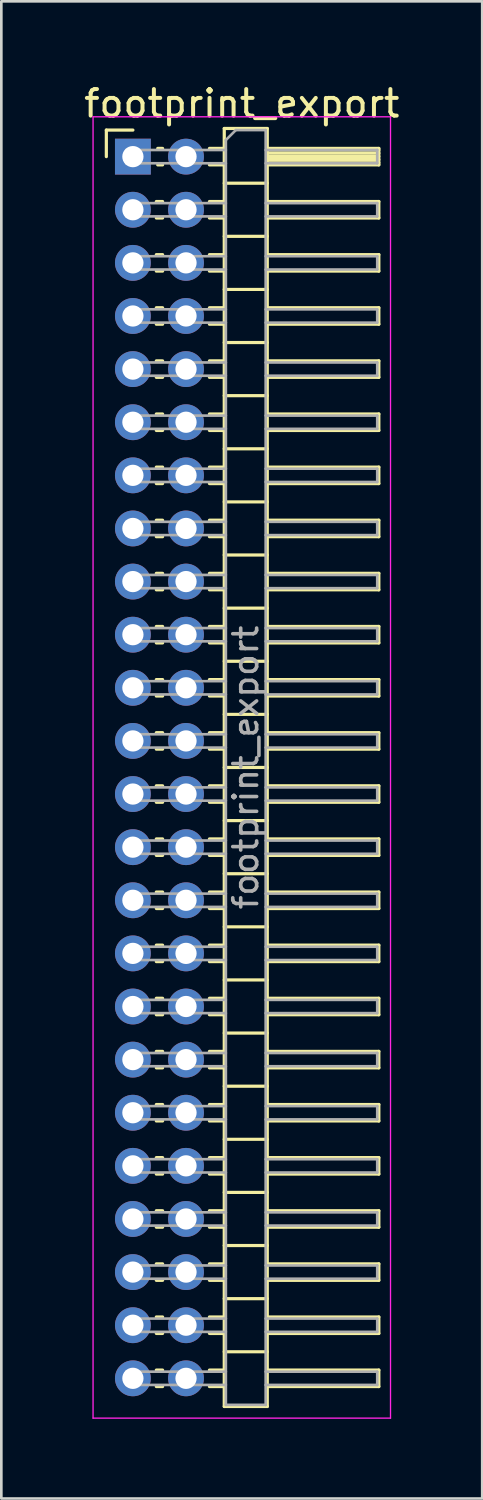
<source format=kicad_pcb>
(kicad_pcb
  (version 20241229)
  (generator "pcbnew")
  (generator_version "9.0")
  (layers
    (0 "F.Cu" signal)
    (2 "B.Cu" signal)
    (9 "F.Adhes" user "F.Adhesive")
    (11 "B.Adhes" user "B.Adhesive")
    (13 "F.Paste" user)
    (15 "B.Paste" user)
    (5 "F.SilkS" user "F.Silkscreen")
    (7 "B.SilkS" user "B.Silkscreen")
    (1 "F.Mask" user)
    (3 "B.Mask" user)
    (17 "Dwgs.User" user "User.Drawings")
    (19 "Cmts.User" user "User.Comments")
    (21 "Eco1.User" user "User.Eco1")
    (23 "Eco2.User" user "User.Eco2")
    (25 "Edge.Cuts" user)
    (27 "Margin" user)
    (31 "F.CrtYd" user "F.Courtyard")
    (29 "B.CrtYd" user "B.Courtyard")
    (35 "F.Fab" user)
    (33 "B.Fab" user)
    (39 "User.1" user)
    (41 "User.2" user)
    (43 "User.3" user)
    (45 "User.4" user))
  (footprint "footprint_export"
    (layer "F.Cu")
    (at 1.954 2.848)
    (property "Reference" "footprint_export" (at 4.1 -2 0) (layer "F.SilkS") (effects (font (size 1 1) (thickness 0.15))))
    (attr through_hole)
    (fp_line (start -1 -1) (end 0 -1) (stroke (width 0.12) (type solid)) (layer "F.SilkS"))
    (fp_line (start -1 0) (end -1 -1) (stroke (width 0.12) (type solid)) (layer "F.SilkS"))
    (fp_line (start 0.882 1.69) (end 1.118 1.69) (stroke (width 0.12) (type solid)) (layer "F.SilkS"))
    (fp_line (start 0.882 2.31) (end 1.118 2.31) (stroke (width 0.12) (type solid)) (layer "F.SilkS"))
    (fp_line (start 0.882 3.69) (end 1.118 3.69) (stroke (width 0.12) (type solid)) (layer "F.SilkS"))
    (fp_line (start 0.882 4.31) (end 1.118 4.31) (stroke (width 0.12) (type solid)) (layer "F.SilkS"))
    (fp_line (start 0.882 5.69) (end 1.118 5.69) (stroke (width 0.12) (type solid)) (layer "F.SilkS"))
    (fp_line (start 0.882 6.31) (end 1.118 6.31) (stroke (width 0.12) (type solid)) (layer "F.SilkS"))
    (fp_line (start 0.882 7.69) (end 1.118 7.69) (stroke (width 0.12) (type solid)) (layer "F.SilkS"))
    (fp_line (start 0.882 8.31) (end 1.118 8.31) (stroke (width 0.12) (type solid)) (layer "F.SilkS"))
    (fp_line (start 0.882 9.69) (end 1.118 9.69) (stroke (width 0.12) (type solid)) (layer "F.SilkS"))
    (fp_line (start 0.882 10.31) (end 1.118 10.31) (stroke (width 0.12) (type solid)) (layer "F.SilkS"))
    (fp_line (start 0.882 11.69) (end 1.118 11.69) (stroke (width 0.12) (type solid)) (layer "F.SilkS"))
    (fp_line (start 0.882 12.31) (end 1.118 12.31) (stroke (width 0.12) (type solid)) (layer "F.SilkS"))
    (fp_line (start 0.882 13.69) (end 1.118 13.69) (stroke (width 0.12) (type solid)) (layer "F.SilkS"))
    (fp_line (start 0.882 14.31) (end 1.118 14.31) (stroke (width 0.12) (type solid)) (layer "F.SilkS"))
    (fp_line (start 0.882 15.69) (end 1.118 15.69) (stroke (width 0.12) (type solid)) (layer "F.SilkS"))
    (fp_line (start 0.882 16.31) (end 1.118 16.31) (stroke (width 0.12) (type solid)) (layer "F.SilkS"))
    (fp_line (start 0.882 17.69) (end 1.118 17.69) (stroke (width 0.12) (type solid)) (layer "F.SilkS"))
    (fp_line (start 0.882 18.31) (end 1.118 18.31) (stroke (width 0.12) (type solid)) (layer "F.SilkS"))
    (fp_line (start 0.882 19.69) (end 1.118 19.69) (stroke (width 0.12) (type solid)) (layer "F.SilkS"))
    (fp_line (start 0.882 20.31) (end 1.118 20.31) (stroke (width 0.12) (type solid)) (layer "F.SilkS"))
    (fp_line (start 0.882 21.69) (end 1.118 21.69) (stroke (width 0.12) (type solid)) (layer "F.SilkS"))
    (fp_line (start 0.882 22.31) (end 1.118 22.31) (stroke (width 0.12) (type solid)) (layer "F.SilkS"))
    (fp_line (start 0.882 23.69) (end 1.118 23.69) (stroke (width 0.12) (type solid)) (layer "F.SilkS"))
    (fp_line (start 0.882 24.31) (end 1.118 24.31) (stroke (width 0.12) (type solid)) (layer "F.SilkS"))
    (fp_line (start 0.882 25.69) (end 1.118 25.69) (stroke (width 0.12) (type solid)) (layer "F.SilkS"))
    (fp_line (start 0.882 26.31) (end 1.118 26.31) (stroke (width 0.12) (type solid)) (layer "F.SilkS"))
    (fp_line (start 0.882 27.69) (end 1.118 27.69) (stroke (width 0.12) (type solid)) (layer "F.SilkS"))
    (fp_line (start 0.882 28.31) (end 1.118 28.31) (stroke (width 0.12) (type solid)) (layer "F.SilkS"))
    (fp_line (start 0.882 29.69) (end 1.118 29.69) (stroke (width 0.12) (type solid)) (layer "F.SilkS"))
    (fp_line (start 0.882 30.31) (end 1.118 30.31) (stroke (width 0.12) (type solid)) (layer "F.SilkS"))
    (fp_line (start 0.882 31.69) (end 1.118 31.69) (stroke (width 0.12) (type solid)) (layer "F.SilkS"))
    (fp_line (start 0.882 32.31) (end 1.118 32.31) (stroke (width 0.12) (type solid)) (layer "F.SilkS"))
    (fp_line (start 0.882 33.69) (end 1.118 33.69) (stroke (width 0.12) (type solid)) (layer "F.SilkS"))
    (fp_line (start 0.882 34.31) (end 1.118 34.31) (stroke (width 0.12) (type solid)) (layer "F.SilkS"))
    (fp_line (start 0.882 35.69) (end 1.118 35.69) (stroke (width 0.12) (type solid)) (layer "F.SilkS"))
    (fp_line (start 0.882 36.31) (end 1.118 36.31) (stroke (width 0.12) (type solid)) (layer "F.SilkS"))
    (fp_line (start 0.882 37.69) (end 1.118 37.69) (stroke (width 0.12) (type solid)) (layer "F.SilkS"))
    (fp_line (start 0.882 38.31) (end 1.118 38.31) (stroke (width 0.12) (type solid)) (layer "F.SilkS"))
    (fp_line (start 0.882 39.69) (end 1.118 39.69) (stroke (width 0.12) (type solid)) (layer "F.SilkS"))
    (fp_line (start 0.882 40.31) (end 1.118 40.31) (stroke (width 0.12) (type solid)) (layer "F.SilkS"))
    (fp_line (start 0.882 41.69) (end 1.118 41.69) (stroke (width 0.12) (type solid)) (layer "F.SilkS"))
    (fp_line (start 0.882 42.31) (end 1.118 42.31) (stroke (width 0.12) (type solid)) (layer "F.SilkS"))
    (fp_line (start 0.882 43.69) (end 1.118 43.69) (stroke (width 0.12) (type solid)) (layer "F.SilkS"))
    (fp_line (start 0.882 44.31) (end 1.118 44.31) (stroke (width 0.12) (type solid)) (layer "F.SilkS"))
    (fp_line (start 0.882 45.69) (end 1.118 45.69) (stroke (width 0.12) (type solid)) (layer "F.SilkS"))
    (fp_line (start 0.882 46.31) (end 1.118 46.31) (stroke (width 0.12) (type solid)) (layer "F.SilkS"))
    (fp_line (start 0.935 -0.31) (end 1.118 -0.31) (stroke (width 0.12) (type solid)) (layer "F.SilkS"))
    (fp_line (start 0.935 0.31) (end 1.118 0.31) (stroke (width 0.12) (type solid)) (layer "F.SilkS"))
    (fp_line (start 2.882 -0.31) (end 3.44 -0.31) (stroke (width 0.12) (type solid)) (layer "F.SilkS"))
    (fp_line (start 2.882 0.31) (end 3.44 0.31) (stroke (width 0.12) (type solid)) (layer "F.SilkS"))
    (fp_line (start 2.882 1.69) (end 3.44 1.69) (stroke (width 0.12) (type solid)) (layer "F.SilkS"))
    (fp_line (start 2.882 2.31) (end 3.44 2.31) (stroke (width 0.12) (type solid)) (layer "F.SilkS"))
    (fp_line (start 2.882 3.69) (end 3.44 3.69) (stroke (width 0.12) (type solid)) (layer "F.SilkS"))
    (fp_line (start 2.882 4.31) (end 3.44 4.31) (stroke (width 0.12) (type solid)) (layer "F.SilkS"))
    (fp_line (start 2.882 5.69) (end 3.44 5.69) (stroke (width 0.12) (type solid)) (layer "F.SilkS"))
    (fp_line (start 2.882 6.31) (end 3.44 6.31) (stroke (width 0.12) (type solid)) (layer "F.SilkS"))
    (fp_line (start 2.882 7.69) (end 3.44 7.69) (stroke (width 0.12) (type solid)) (layer "F.SilkS"))
    (fp_line (start 2.882 8.31) (end 3.44 8.31) (stroke (width 0.12) (type solid)) (layer "F.SilkS"))
    (fp_line (start 2.882 9.69) (end 3.44 9.69) (stroke (width 0.12) (type solid)) (layer "F.SilkS"))
    (fp_line (start 2.882 10.31) (end 3.44 10.31) (stroke (width 0.12) (type solid)) (layer "F.SilkS"))
    (fp_line (start 2.882 11.69) (end 3.44 11.69) (stroke (width 0.12) (type solid)) (layer "F.SilkS"))
    (fp_line (start 2.882 12.31) (end 3.44 12.31) (stroke (width 0.12) (type solid)) (layer "F.SilkS"))
    (fp_line (start 2.882 13.69) (end 3.44 13.69) (stroke (width 0.12) (type solid)) (layer "F.SilkS"))
    (fp_line (start 2.882 14.31) (end 3.44 14.31) (stroke (width 0.12) (type solid)) (layer "F.SilkS"))
    (fp_line (start 2.882 15.69) (end 3.44 15.69) (stroke (width 0.12) (type solid)) (layer "F.SilkS"))
    (fp_line (start 2.882 16.31) (end 3.44 16.31) (stroke (width 0.12) (type solid)) (layer "F.SilkS"))
    (fp_line (start 2.882 17.69) (end 3.44 17.69) (stroke (width 0.12) (type solid)) (layer "F.SilkS"))
    (fp_line (start 2.882 18.31) (end 3.44 18.31) (stroke (width 0.12) (type solid)) (layer "F.SilkS"))
    (fp_line (start 2.882 19.69) (end 3.44 19.69) (stroke (width 0.12) (type solid)) (layer "F.SilkS"))
    (fp_line (start 2.882 20.31) (end 3.44 20.31) (stroke (width 0.12) (type solid)) (layer "F.SilkS"))
    (fp_line (start 2.882 21.69) (end 3.44 21.69) (stroke (width 0.12) (type solid)) (layer "F.SilkS"))
    (fp_line (start 2.882 22.31) (end 3.44 22.31) (stroke (width 0.12) (type solid)) (layer "F.SilkS"))
    (fp_line (start 2.882 23.69) (end 3.44 23.69) (stroke (width 0.12) (type solid)) (layer "F.SilkS"))
    (fp_line (start 2.882 24.31) (end 3.44 24.31) (stroke (width 0.12) (type solid)) (layer "F.SilkS"))
    (fp_line (start 2.882 25.69) (end 3.44 25.69) (stroke (width 0.12) (type solid)) (layer "F.SilkS"))
    (fp_line (start 2.882 26.31) (end 3.44 26.31) (stroke (width 0.12) (type solid)) (layer "F.SilkS"))
    (fp_line (start 2.882 27.69) (end 3.44 27.69) (stroke (width 0.12) (type solid)) (layer "F.SilkS"))
    (fp_line (start 2.882 28.31) (end 3.44 28.31) (stroke (width 0.12) (type solid)) (layer "F.SilkS"))
    (fp_line (start 2.882 29.69) (end 3.44 29.69) (stroke (width 0.12) (type solid)) (layer "F.SilkS"))
    (fp_line (start 2.882 30.31) (end 3.44 30.31) (stroke (width 0.12) (type solid)) (layer "F.SilkS"))
    (fp_line (start 2.882 31.69) (end 3.44 31.69) (stroke (width 0.12) (type solid)) (layer "F.SilkS"))
    (fp_line (start 2.882 32.31) (end 3.44 32.31) (stroke (width 0.12) (type solid)) (layer "F.SilkS"))
    (fp_line (start 2.882 33.69) (end 3.44 33.69) (stroke (width 0.12) (type solid)) (layer "F.SilkS"))
    (fp_line (start 2.882 34.31) (end 3.44 34.31) (stroke (width 0.12) (type solid)) (layer "F.SilkS"))
    (fp_line (start 2.882 35.69) (end 3.44 35.69) (stroke (width 0.12) (type solid)) (layer "F.SilkS"))
    (fp_line (start 2.882 36.31) (end 3.44 36.31) (stroke (width 0.12) (type solid)) (layer "F.SilkS"))
    (fp_line (start 2.882 37.69) (end 3.44 37.69) (stroke (width 0.12) (type solid)) (layer "F.SilkS"))
    (fp_line (start 2.882 38.31) (end 3.44 38.31) (stroke (width 0.12) (type solid)) (layer "F.SilkS"))
    (fp_line (start 2.882 39.69) (end 3.44 39.69) (stroke (width 0.12) (type solid)) (layer "F.SilkS"))
    (fp_line (start 2.882 40.31) (end 3.44 40.31) (stroke (width 0.12) (type solid)) (layer "F.SilkS"))
    (fp_line (start 2.882 41.69) (end 3.44 41.69) (stroke (width 0.12) (type solid)) (layer "F.SilkS"))
    (fp_line (start 2.882 42.31) (end 3.44 42.31) (stroke (width 0.12) (type solid)) (layer "F.SilkS"))
    (fp_line (start 2.882 43.69) (end 3.44 43.69) (stroke (width 0.12) (type solid)) (layer "F.SilkS"))
    (fp_line (start 2.882 44.31) (end 3.44 44.31) (stroke (width 0.12) (type solid)) (layer "F.SilkS"))
    (fp_line (start 2.882 45.69) (end 3.44 45.69) (stroke (width 0.12) (type solid)) (layer "F.SilkS"))
    (fp_line (start 2.882 46.31) (end 3.44 46.31) (stroke (width 0.12) (type solid)) (layer "F.SilkS"))
    (fp_line (start 3.44 -1.06) (end 3.44 47.06) (stroke (width 0.12) (type solid)) (layer "F.SilkS"))
    (fp_line (start 3.44 1) (end 5.06 1) (stroke (width 0.12) (type solid)) (layer "F.SilkS"))
    (fp_line (start 3.44 3) (end 5.06 3) (stroke (width 0.12) (type solid)) (layer "F.SilkS"))
    (fp_line (start 3.44 5) (end 5.06 5) (stroke (width 0.12) (type solid)) (layer "F.SilkS"))
    (fp_line (start 3.44 7) (end 5.06 7) (stroke (width 0.12) (type solid)) (layer "F.SilkS"))
    (fp_line (start 3.44 9) (end 5.06 9) (stroke (width 0.12) (type solid)) (layer "F.SilkS"))
    (fp_line (start 3.44 11) (end 5.06 11) (stroke (width 0.12) (type solid)) (layer "F.SilkS"))
    (fp_line (start 3.44 13) (end 5.06 13) (stroke (width 0.12) (type solid)) (layer "F.SilkS"))
    (fp_line (start 3.44 15) (end 5.06 15) (stroke (width 0.12) (type solid)) (layer "F.SilkS"))
    (fp_line (start 3.44 17) (end 5.06 17) (stroke (width 0.12) (type solid)) (layer "F.SilkS"))
    (fp_line (start 3.44 19) (end 5.06 19) (stroke (width 0.12) (type solid)) (layer "F.SilkS"))
    (fp_line (start 3.44 21) (end 5.06 21) (stroke (width 0.12) (type solid)) (layer "F.SilkS"))
    (fp_line (start 3.44 23) (end 5.06 23) (stroke (width 0.12) (type solid)) (layer "F.SilkS"))
    (fp_line (start 3.44 25) (end 5.06 25) (stroke (width 0.12) (type solid)) (layer "F.SilkS"))
    (fp_line (start 3.44 27) (end 5.06 27) (stroke (width 0.12) (type solid)) (layer "F.SilkS"))
    (fp_line (start 3.44 29) (end 5.06 29) (stroke (width 0.12) (type solid)) (layer "F.SilkS"))
    (fp_line (start 3.44 31) (end 5.06 31) (stroke (width 0.12) (type solid)) (layer "F.SilkS"))
    (fp_line (start 3.44 33) (end 5.06 33) (stroke (width 0.12) (type solid)) (layer "F.SilkS"))
    (fp_line (start 3.44 35) (end 5.06 35) (stroke (width 0.12) (type solid)) (layer "F.SilkS"))
    (fp_line (start 3.44 37) (end 5.06 37) (stroke (width 0.12) (type solid)) (layer "F.SilkS"))
    (fp_line (start 3.44 39) (end 5.06 39) (stroke (width 0.12) (type solid)) (layer "F.SilkS"))
    (fp_line (start 3.44 41) (end 5.06 41) (stroke (width 0.12) (type solid)) (layer "F.SilkS"))
    (fp_line (start 3.44 43) (end 5.06 43) (stroke (width 0.12) (type solid)) (layer "F.SilkS"))
    (fp_line (start 3.44 45) (end 5.06 45) (stroke (width 0.12) (type solid)) (layer "F.SilkS"))
    (fp_line (start 3.44 47.06) (end 5.06 47.06) (stroke (width 0.12) (type solid)) (layer "F.SilkS"))
    (fp_line (start 5.06 -1.06) (end 3.44 -1.06) (stroke (width 0.12) (type solid)) (layer "F.SilkS"))
    (fp_line (start 5.06 -0.31) (end 9.26 -0.31) (stroke (width 0.12) (type solid)) (layer "F.SilkS"))
    (fp_line (start 5.06 -0.25) (end 9.26 -0.25) (stroke (width 0.12) (type solid)) (layer "F.SilkS"))
    (fp_line (start 5.06 -0.13) (end 9.26 -0.13) (stroke (width 0.12) (type solid)) (layer "F.SilkS"))
    (fp_line (start 5.06 -0.01) (end 9.26 -0.01) (stroke (width 0.12) (type solid)) (layer "F.SilkS"))
    (fp_line (start 5.06 0.11) (end 9.26 0.11) (stroke (width 0.12) (type solid)) (layer "F.SilkS"))
    (fp_line (start 5.06 0.23) (end 9.26 0.23) (stroke (width 0.12) (type solid)) (layer "F.SilkS"))
    (fp_line (start 5.06 1.69) (end 9.26 1.69) (stroke (width 0.12) (type solid)) (layer "F.SilkS"))
    (fp_line (start 5.06 3.69) (end 9.26 3.69) (stroke (width 0.12) (type solid)) (layer "F.SilkS"))
    (fp_line (start 5.06 5.69) (end 9.26 5.69) (stroke (width 0.12) (type solid)) (layer "F.SilkS"))
    (fp_line (start 5.06 7.69) (end 9.26 7.69) (stroke (width 0.12) (type solid)) (layer "F.SilkS"))
    (fp_line (start 5.06 9.69) (end 9.26 9.69) (stroke (width 0.12) (type solid)) (layer "F.SilkS"))
    (fp_line (start 5.06 11.69) (end 9.26 11.69) (stroke (width 0.12) (type solid)) (layer "F.SilkS"))
    (fp_line (start 5.06 13.69) (end 9.26 13.69) (stroke (width 0.12) (type solid)) (layer "F.SilkS"))
    (fp_line (start 5.06 15.69) (end 9.26 15.69) (stroke (width 0.12) (type solid)) (layer "F.SilkS"))
    (fp_line (start 5.06 17.69) (end 9.26 17.69) (stroke (width 0.12) (type solid)) (layer "F.SilkS"))
    (fp_line (start 5.06 19.69) (end 9.26 19.69) (stroke (width 0.12) (type solid)) (layer "F.SilkS"))
    (fp_line (start 5.06 21.69) (end 9.26 21.69) (stroke (width 0.12) (type solid)) (layer "F.SilkS"))
    (fp_line (start 5.06 23.69) (end 9.26 23.69) (stroke (width 0.12) (type solid)) (layer "F.SilkS"))
    (fp_line (start 5.06 25.69) (end 9.26 25.69) (stroke (width 0.12) (type solid)) (layer "F.SilkS"))
    (fp_line (start 5.06 27.69) (end 9.26 27.69) (stroke (width 0.12) (type solid)) (layer "F.SilkS"))
    (fp_line (start 5.06 29.69) (end 9.26 29.69) (stroke (width 0.12) (type solid)) (layer "F.SilkS"))
    (fp_line (start 5.06 31.69) (end 9.26 31.69) (stroke (width 0.12) (type solid)) (layer "F.SilkS"))
    (fp_line (start 5.06 33.69) (end 9.26 33.69) (stroke (width 0.12) (type solid)) (layer "F.SilkS"))
    (fp_line (start 5.06 35.69) (end 9.26 35.69) (stroke (width 0.12) (type solid)) (layer "F.SilkS"))
    (fp_line (start 5.06 37.69) (end 9.26 37.69) (stroke (width 0.12) (type solid)) (layer "F.SilkS"))
    (fp_line (start 5.06 39.69) (end 9.26 39.69) (stroke (width 0.12) (type solid)) (layer "F.SilkS"))
    (fp_line (start 5.06 41.69) (end 9.26 41.69) (stroke (width 0.12) (type solid)) (layer "F.SilkS"))
    (fp_line (start 5.06 43.69) (end 9.26 43.69) (stroke (width 0.12) (type solid)) (layer "F.SilkS"))
    (fp_line (start 5.06 45.69) (end 9.26 45.69) (stroke (width 0.12) (type solid)) (layer "F.SilkS"))
    (fp_line (start 5.06 47.06) (end 5.06 -1.06) (stroke (width 0.12) (type solid)) (layer "F.SilkS"))
    (fp_line (start 9.26 -0.31) (end 9.26 0.31) (stroke (width 0.12) (type solid)) (layer "F.SilkS"))
    (fp_line (start 9.26 0.31) (end 5.06 0.31) (stroke (width 0.12) (type solid)) (layer "F.SilkS"))
    (fp_line (start 9.26 1.69) (end 9.26 2.31) (stroke (width 0.12) (type solid)) (layer "F.SilkS"))
    (fp_line (start 9.26 2.31) (end 5.06 2.31) (stroke (width 0.12) (type solid)) (layer "F.SilkS"))
    (fp_line (start 9.26 3.69) (end 9.26 4.31) (stroke (width 0.12) (type solid)) (layer "F.SilkS"))
    (fp_line (start 9.26 4.31) (end 5.06 4.31) (stroke (width 0.12) (type solid)) (layer "F.SilkS"))
    (fp_line (start 9.26 5.69) (end 9.26 6.31) (stroke (width 0.12) (type solid)) (layer "F.SilkS"))
    (fp_line (start 9.26 6.31) (end 5.06 6.31) (stroke (width 0.12) (type solid)) (layer "F.SilkS"))
    (fp_line (start 9.26 7.69) (end 9.26 8.31) (stroke (width 0.12) (type solid)) (layer "F.SilkS"))
    (fp_line (start 9.26 8.31) (end 5.06 8.31) (stroke (width 0.12) (type solid)) (layer "F.SilkS"))
    (fp_line (start 9.26 9.69) (end 9.26 10.31) (stroke (width 0.12) (type solid)) (layer "F.SilkS"))
    (fp_line (start 9.26 10.31) (end 5.06 10.31) (stroke (width 0.12) (type solid)) (layer "F.SilkS"))
    (fp_line (start 9.26 11.69) (end 9.26 12.31) (stroke (width 0.12) (type solid)) (layer "F.SilkS"))
    (fp_line (start 9.26 12.31) (end 5.06 12.31) (stroke (width 0.12) (type solid)) (layer "F.SilkS"))
    (fp_line (start 9.26 13.69) (end 9.26 14.31) (stroke (width 0.12) (type solid)) (layer "F.SilkS"))
    (fp_line (start 9.26 14.31) (end 5.06 14.31) (stroke (width 0.12) (type solid)) (layer "F.SilkS"))
    (fp_line (start 9.26 15.69) (end 9.26 16.31) (stroke (width 0.12) (type solid)) (layer "F.SilkS"))
    (fp_line (start 9.26 16.31) (end 5.06 16.31) (stroke (width 0.12) (type solid)) (layer "F.SilkS"))
    (fp_line (start 9.26 17.69) (end 9.26 18.31) (stroke (width 0.12) (type solid)) (layer "F.SilkS"))
    (fp_line (start 9.26 18.31) (end 5.06 18.31) (stroke (width 0.12) (type solid)) (layer "F.SilkS"))
    (fp_line (start 9.26 19.69) (end 9.26 20.31) (stroke (width 0.12) (type solid)) (layer "F.SilkS"))
    (fp_line (start 9.26 20.31) (end 5.06 20.31) (stroke (width 0.12) (type solid)) (layer "F.SilkS"))
    (fp_line (start 9.26 21.69) (end 9.26 22.31) (stroke (width 0.12) (type solid)) (layer "F.SilkS"))
    (fp_line (start 9.26 22.31) (end 5.06 22.31) (stroke (width 0.12) (type solid)) (layer "F.SilkS"))
    (fp_line (start 9.26 23.69) (end 9.26 24.31) (stroke (width 0.12) (type solid)) (layer "F.SilkS"))
    (fp_line (start 9.26 24.31) (end 5.06 24.31) (stroke (width 0.12) (type solid)) (layer "F.SilkS"))
    (fp_line (start 9.26 25.69) (end 9.26 26.31) (stroke (width 0.12) (type solid)) (layer "F.SilkS"))
    (fp_line (start 9.26 26.31) (end 5.06 26.31) (stroke (width 0.12) (type solid)) (layer "F.SilkS"))
    (fp_line (start 9.26 27.69) (end 9.26 28.31) (stroke (width 0.12) (type solid)) (layer "F.SilkS"))
    (fp_line (start 9.26 28.31) (end 5.06 28.31) (stroke (width 0.12) (type solid)) (layer "F.SilkS"))
    (fp_line (start 9.26 29.69) (end 9.26 30.31) (stroke (width 0.12) (type solid)) (layer "F.SilkS"))
    (fp_line (start 9.26 30.31) (end 5.06 30.31) (stroke (width 0.12) (type solid)) (layer "F.SilkS"))
    (fp_line (start 9.26 31.69) (end 9.26 32.31) (stroke (width 0.12) (type solid)) (layer "F.SilkS"))
    (fp_line (start 9.26 32.31) (end 5.06 32.31) (stroke (width 0.12) (type solid)) (layer "F.SilkS"))
    (fp_line (start 9.26 33.69) (end 9.26 34.31) (stroke (width 0.12) (type solid)) (layer "F.SilkS"))
    (fp_line (start 9.26 34.31) (end 5.06 34.31) (stroke (width 0.12) (type solid)) (layer "F.SilkS"))
    (fp_line (start 9.26 35.69) (end 9.26 36.31) (stroke (width 0.12) (type solid)) (layer "F.SilkS"))
    (fp_line (start 9.26 36.31) (end 5.06 36.31) (stroke (width 0.12) (type solid)) (layer "F.SilkS"))
    (fp_line (start 9.26 37.69) (end 9.26 38.31) (stroke (width 0.12) (type solid)) (layer "F.SilkS"))
    (fp_line (start 9.26 38.31) (end 5.06 38.31) (stroke (width 0.12) (type solid)) (layer "F.SilkS"))
    (fp_line (start 9.26 39.69) (end 9.26 40.31) (stroke (width 0.12) (type solid)) (layer "F.SilkS"))
    (fp_line (start 9.26 40.31) (end 5.06 40.31) (stroke (width 0.12) (type solid)) (layer "F.SilkS"))
    (fp_line (start 9.26 41.69) (end 9.26 42.31) (stroke (width 0.12) (type solid)) (layer "F.SilkS"))
    (fp_line (start 9.26 42.31) (end 5.06 42.31) (stroke (width 0.12) (type solid)) (layer "F.SilkS"))
    (fp_line (start 9.26 43.69) (end 9.26 44.31) (stroke (width 0.12) (type solid)) (layer "F.SilkS"))
    (fp_line (start 9.26 44.31) (end 5.06 44.31) (stroke (width 0.12) (type solid)) (layer "F.SilkS"))
    (fp_line (start 9.26 45.69) (end 9.26 46.31) (stroke (width 0.12) (type solid)) (layer "F.SilkS"))
    (fp_line (start 9.26 46.31) (end 5.06 46.31) (stroke (width 0.12) (type solid)) (layer "F.SilkS"))
    (fp_line (start -1.5 -1.5) (end -1.5 47.5) (stroke (width 0.05) (type solid)) (layer "F.CrtYd"))
    (fp_line (start -1.5 47.5) (end 9.7 47.5) (stroke (width 0.05) (type solid)) (layer "F.CrtYd"))
    (fp_line (start 9.7 -1.5) (end -1.5 -1.5) (stroke (width 0.05) (type solid)) (layer "F.CrtYd"))
    (fp_line (start 9.7 47.5) (end 9.7 -1.5) (stroke (width 0.05) (type solid)) (layer "F.CrtYd"))
    (fp_line (start -0.25 -0.25) (end -0.25 0.25) (stroke (width 0.1) (type solid)) (layer "F.Fab"))
    (fp_line (start -0.25 -0.25) (end 3.5 -0.25) (stroke (width 0.1) (type solid)) (layer "F.Fab"))
    (fp_line (start -0.25 0.25) (end 3.5 0.25) (stroke (width 0.1) (type solid)) (layer "F.Fab"))
    (fp_line (start -0.25 1.75) (end -0.25 2.25) (stroke (width 0.1) (type solid)) (layer "F.Fab"))
    (fp_line (start -0.25 1.75) (end 3.5 1.75) (stroke (width 0.1) (type solid)) (layer "F.Fab"))
    (fp_line (start -0.25 2.25) (end 3.5 2.25) (stroke (width 0.1) (type solid)) (layer "F.Fab"))
    (fp_line (start -0.25 3.75) (end -0.25 4.25) (stroke (width 0.1) (type solid)) (layer "F.Fab"))
    (fp_line (start -0.25 3.75) (end 3.5 3.75) (stroke (width 0.1) (type solid)) (layer "F.Fab"))
    (fp_line (start -0.25 4.25) (end 3.5 4.25) (stroke (width 0.1) (type solid)) (layer "F.Fab"))
    (fp_line (start -0.25 5.75) (end -0.25 6.25) (stroke (width 0.1) (type solid)) (layer "F.Fab"))
    (fp_line (start -0.25 5.75) (end 3.5 5.75) (stroke (width 0.1) (type solid)) (layer "F.Fab"))
    (fp_line (start -0.25 6.25) (end 3.5 6.25) (stroke (width 0.1) (type solid)) (layer "F.Fab"))
    (fp_line (start -0.25 7.75) (end -0.25 8.25) (stroke (width 0.1) (type solid)) (layer "F.Fab"))
    (fp_line (start -0.25 7.75) (end 3.5 7.75) (stroke (width 0.1) (type solid)) (layer "F.Fab"))
    (fp_line (start -0.25 8.25) (end 3.5 8.25) (stroke (width 0.1) (type solid)) (layer "F.Fab"))
    (fp_line (start -0.25 9.75) (end -0.25 10.25) (stroke (width 0.1) (type solid)) (layer "F.Fab"))
    (fp_line (start -0.25 9.75) (end 3.5 9.75) (stroke (width 0.1) (type solid)) (layer "F.Fab"))
    (fp_line (start -0.25 10.25) (end 3.5 10.25) (stroke (width 0.1) (type solid)) (layer "F.Fab"))
    (fp_line (start -0.25 11.75) (end -0.25 12.25) (stroke (width 0.1) (type solid)) (layer "F.Fab"))
    (fp_line (start -0.25 11.75) (end 3.5 11.75) (stroke (width 0.1) (type solid)) (layer "F.Fab"))
    (fp_line (start -0.25 12.25) (end 3.5 12.25) (stroke (width 0.1) (type solid)) (layer "F.Fab"))
    (fp_line (start -0.25 13.75) (end -0.25 14.25) (stroke (width 0.1) (type solid)) (layer "F.Fab"))
    (fp_line (start -0.25 13.75) (end 3.5 13.75) (stroke (width 0.1) (type solid)) (layer "F.Fab"))
    (fp_line (start -0.25 14.25) (end 3.5 14.25) (stroke (width 0.1) (type solid)) (layer "F.Fab"))
    (fp_line (start -0.25 15.75) (end -0.25 16.25) (stroke (width 0.1) (type solid)) (layer "F.Fab"))
    (fp_line (start -0.25 15.75) (end 3.5 15.75) (stroke (width 0.1) (type solid)) (layer "F.Fab"))
    (fp_line (start -0.25 16.25) (end 3.5 16.25) (stroke (width 0.1) (type solid)) (layer "F.Fab"))
    (fp_line (start -0.25 17.75) (end -0.25 18.25) (stroke (width 0.1) (type solid)) (layer "F.Fab"))
    (fp_line (start -0.25 17.75) (end 3.5 17.75) (stroke (width 0.1) (type solid)) (layer "F.Fab"))
    (fp_line (start -0.25 18.25) (end 3.5 18.25) (stroke (width 0.1) (type solid)) (layer "F.Fab"))
    (fp_line (start -0.25 19.75) (end -0.25 20.25) (stroke (width 0.1) (type solid)) (layer "F.Fab"))
    (fp_line (start -0.25 19.75) (end 3.5 19.75) (stroke (width 0.1) (type solid)) (layer "F.Fab"))
    (fp_line (start -0.25 20.25) (end 3.5 20.25) (stroke (width 0.1) (type solid)) (layer "F.Fab"))
    (fp_line (start -0.25 21.75) (end -0.25 22.25) (stroke (width 0.1) (type solid)) (layer "F.Fab"))
    (fp_line (start -0.25 21.75) (end 3.5 21.75) (stroke (width 0.1) (type solid)) (layer "F.Fab"))
    (fp_line (start -0.25 22.25) (end 3.5 22.25) (stroke (width 0.1) (type solid)) (layer "F.Fab"))
    (fp_line (start -0.25 23.75) (end -0.25 24.25) (stroke (width 0.1) (type solid)) (layer "F.Fab"))
    (fp_line (start -0.25 23.75) (end 3.5 23.75) (stroke (width 0.1) (type solid)) (layer "F.Fab"))
    (fp_line (start -0.25 24.25) (end 3.5 24.25) (stroke (width 0.1) (type solid)) (layer "F.Fab"))
    (fp_line (start -0.25 25.75) (end -0.25 26.25) (stroke (width 0.1) (type solid)) (layer "F.Fab"))
    (fp_line (start -0.25 25.75) (end 3.5 25.75) (stroke (width 0.1) (type solid)) (layer "F.Fab"))
    (fp_line (start -0.25 26.25) (end 3.5 26.25) (stroke (width 0.1) (type solid)) (layer "F.Fab"))
    (fp_line (start -0.25 27.75) (end -0.25 28.25) (stroke (width 0.1) (type solid)) (layer "F.Fab"))
    (fp_line (start -0.25 27.75) (end 3.5 27.75) (stroke (width 0.1) (type solid)) (layer "F.Fab"))
    (fp_line (start -0.25 28.25) (end 3.5 28.25) (stroke (width 0.1) (type solid)) (layer "F.Fab"))
    (fp_line (start -0.25 29.75) (end -0.25 30.25) (stroke (width 0.1) (type solid)) (layer "F.Fab"))
    (fp_line (start -0.25 29.75) (end 3.5 29.75) (stroke (width 0.1) (type solid)) (layer "F.Fab"))
    (fp_line (start -0.25 30.25) (end 3.5 30.25) (stroke (width 0.1) (type solid)) (layer "F.Fab"))
    (fp_line (start -0.25 31.75) (end -0.25 32.25) (stroke (width 0.1) (type solid)) (layer "F.Fab"))
    (fp_line (start -0.25 31.75) (end 3.5 31.75) (stroke (width 0.1) (type solid)) (layer "F.Fab"))
    (fp_line (start -0.25 32.25) (end 3.5 32.25) (stroke (width 0.1) (type solid)) (layer "F.Fab"))
    (fp_line (start -0.25 33.75) (end -0.25 34.25) (stroke (width 0.1) (type solid)) (layer "F.Fab"))
    (fp_line (start -0.25 33.75) (end 3.5 33.75) (stroke (width 0.1) (type solid)) (layer "F.Fab"))
    (fp_line (start -0.25 34.25) (end 3.5 34.25) (stroke (width 0.1) (type solid)) (layer "F.Fab"))
    (fp_line (start -0.25 35.75) (end -0.25 36.25) (stroke (width 0.1) (type solid)) (layer "F.Fab"))
    (fp_line (start -0.25 35.75) (end 3.5 35.75) (stroke (width 0.1) (type solid)) (layer "F.Fab"))
    (fp_line (start -0.25 36.25) (end 3.5 36.25) (stroke (width 0.1) (type solid)) (layer "F.Fab"))
    (fp_line (start -0.25 37.75) (end -0.25 38.25) (stroke (width 0.1) (type solid)) (layer "F.Fab"))
    (fp_line (start -0.25 37.75) (end 3.5 37.75) (stroke (width 0.1) (type solid)) (layer "F.Fab"))
    (fp_line (start -0.25 38.25) (end 3.5 38.25) (stroke (width 0.1) (type solid)) (layer "F.Fab"))
    (fp_line (start -0.25 39.75) (end -0.25 40.25) (stroke (width 0.1) (type solid)) (layer "F.Fab"))
    (fp_line (start -0.25 39.75) (end 3.5 39.75) (stroke (width 0.1) (type solid)) (layer "F.Fab"))
    (fp_line (start -0.25 40.25) (end 3.5 40.25) (stroke (width 0.1) (type solid)) (layer "F.Fab"))
    (fp_line (start -0.25 41.75) (end -0.25 42.25) (stroke (width 0.1) (type solid)) (layer "F.Fab"))
    (fp_line (start -0.25 41.75) (end 3.5 41.75) (stroke (width 0.1) (type solid)) (layer "F.Fab"))
    (fp_line (start -0.25 42.25) (end 3.5 42.25) (stroke (width 0.1) (type solid)) (layer "F.Fab"))
    (fp_line (start -0.25 43.75) (end -0.25 44.25) (stroke (width 0.1) (type solid)) (layer "F.Fab"))
    (fp_line (start -0.25 43.75) (end 3.5 43.75) (stroke (width 0.1) (type solid)) (layer "F.Fab"))
    (fp_line (start -0.25 44.25) (end 3.5 44.25) (stroke (width 0.1) (type solid)) (layer "F.Fab"))
    (fp_line (start -0.25 45.75) (end -0.25 46.25) (stroke (width 0.1) (type solid)) (layer "F.Fab"))
    (fp_line (start -0.25 45.75) (end 3.5 45.75) (stroke (width 0.1) (type solid)) (layer "F.Fab"))
    (fp_line (start -0.25 46.25) (end 3.5 46.25) (stroke (width 0.1) (type solid)) (layer "F.Fab"))
    (fp_line (start 3.5 -0.625) (end 3.875 -1) (stroke (width 0.1) (type solid)) (layer "F.Fab"))
    (fp_line (start 3.5 47) (end 3.5 -0.625) (stroke (width 0.1) (type solid)) (layer "F.Fab"))
    (fp_line (start 3.875 -1) (end 5 -1) (stroke (width 0.1) (type solid)) (layer "F.Fab"))
    (fp_line (start 5 -1) (end 5 47) (stroke (width 0.1) (type solid)) (layer "F.Fab"))
    (fp_line (start 5 -0.25) (end 9.2 -0.25) (stroke (width 0.1) (type solid)) (layer "F.Fab"))
    (fp_line (start 5 0.25) (end 9.2 0.25) (stroke (width 0.1) (type solid)) (layer "F.Fab"))
    (fp_line (start 5 1.75) (end 9.2 1.75) (stroke (width 0.1) (type solid)) (layer "F.Fab"))
    (fp_line (start 5 2.25) (end 9.2 2.25) (stroke (width 0.1) (type solid)) (layer "F.Fab"))
    (fp_line (start 5 3.75) (end 9.2 3.75) (stroke (width 0.1) (type solid)) (layer "F.Fab"))
    (fp_line (start 5 4.25) (end 9.2 4.25) (stroke (width 0.1) (type solid)) (layer "F.Fab"))
    (fp_line (start 5 5.75) (end 9.2 5.75) (stroke (width 0.1) (type solid)) (layer "F.Fab"))
    (fp_line (start 5 6.25) (end 9.2 6.25) (stroke (width 0.1) (type solid)) (layer "F.Fab"))
    (fp_line (start 5 7.75) (end 9.2 7.75) (stroke (width 0.1) (type solid)) (layer "F.Fab"))
    (fp_line (start 5 8.25) (end 9.2 8.25) (stroke (width 0.1) (type solid)) (layer "F.Fab"))
    (fp_line (start 5 9.75) (end 9.2 9.75) (stroke (width 0.1) (type solid)) (layer "F.Fab"))
    (fp_line (start 5 10.25) (end 9.2 10.25) (stroke (width 0.1) (type solid)) (layer "F.Fab"))
    (fp_line (start 5 11.75) (end 9.2 11.75) (stroke (width 0.1) (type solid)) (layer "F.Fab"))
    (fp_line (start 5 12.25) (end 9.2 12.25) (stroke (width 0.1) (type solid)) (layer "F.Fab"))
    (fp_line (start 5 13.75) (end 9.2 13.75) (stroke (width 0.1) (type solid)) (layer "F.Fab"))
    (fp_line (start 5 14.25) (end 9.2 14.25) (stroke (width 0.1) (type solid)) (layer "F.Fab"))
    (fp_line (start 5 15.75) (end 9.2 15.75) (stroke (width 0.1) (type solid)) (layer "F.Fab"))
    (fp_line (start 5 16.25) (end 9.2 16.25) (stroke (width 0.1) (type solid)) (layer "F.Fab"))
    (fp_line (start 5 17.75) (end 9.2 17.75) (stroke (width 0.1) (type solid)) (layer "F.Fab"))
    (fp_line (start 5 18.25) (end 9.2 18.25) (stroke (width 0.1) (type solid)) (layer "F.Fab"))
    (fp_line (start 5 19.75) (end 9.2 19.75) (stroke (width 0.1) (type solid)) (layer "F.Fab"))
    (fp_line (start 5 20.25) (end 9.2 20.25) (stroke (width 0.1) (type solid)) (layer "F.Fab"))
    (fp_line (start 5 21.75) (end 9.2 21.75) (stroke (width 0.1) (type solid)) (layer "F.Fab"))
    (fp_line (start 5 22.25) (end 9.2 22.25) (stroke (width 0.1) (type solid)) (layer "F.Fab"))
    (fp_line (start 5 23.75) (end 9.2 23.75) (stroke (width 0.1) (type solid)) (layer "F.Fab"))
    (fp_line (start 5 24.25) (end 9.2 24.25) (stroke (width 0.1) (type solid)) (layer "F.Fab"))
    (fp_line (start 5 25.75) (end 9.2 25.75) (stroke (width 0.1) (type solid)) (layer "F.Fab"))
    (fp_line (start 5 26.25) (end 9.2 26.25) (stroke (width 0.1) (type solid)) (layer "F.Fab"))
    (fp_line (start 5 27.75) (end 9.2 27.75) (stroke (width 0.1) (type solid)) (layer "F.Fab"))
    (fp_line (start 5 28.25) (end 9.2 28.25) (stroke (width 0.1) (type solid)) (layer "F.Fab"))
    (fp_line (start 5 29.75) (end 9.2 29.75) (stroke (width 0.1) (type solid)) (layer "F.Fab"))
    (fp_line (start 5 30.25) (end 9.2 30.25) (stroke (width 0.1) (type solid)) (layer "F.Fab"))
    (fp_line (start 5 31.75) (end 9.2 31.75) (stroke (width 0.1) (type solid)) (layer "F.Fab"))
    (fp_line (start 5 32.25) (end 9.2 32.25) (stroke (width 0.1) (type solid)) (layer "F.Fab"))
    (fp_line (start 5 33.75) (end 9.2 33.75) (stroke (width 0.1) (type solid)) (layer "F.Fab"))
    (fp_line (start 5 34.25) (end 9.2 34.25) (stroke (width 0.1) (type solid)) (layer "F.Fab"))
    (fp_line (start 5 35.75) (end 9.2 35.75) (stroke (width 0.1) (type solid)) (layer "F.Fab"))
    (fp_line (start 5 36.25) (end 9.2 36.25) (stroke (width 0.1) (type solid)) (layer "F.Fab"))
    (fp_line (start 5 37.75) (end 9.2 37.75) (stroke (width 0.1) (type solid)) (layer "F.Fab"))
    (fp_line (start 5 38.25) (end 9.2 38.25) (stroke (width 0.1) (type solid)) (layer "F.Fab"))
    (fp_line (start 5 39.75) (end 9.2 39.75) (stroke (width 0.1) (type solid)) (layer "F.Fab"))
    (fp_line (start 5 40.25) (end 9.2 40.25) (stroke (width 0.1) (type solid)) (layer "F.Fab"))
    (fp_line (start 5 41.75) (end 9.2 41.75) (stroke (width 0.1) (type solid)) (layer "F.Fab"))
    (fp_line (start 5 42.25) (end 9.2 42.25) (stroke (width 0.1) (type solid)) (layer "F.Fab"))
    (fp_line (start 5 43.75) (end 9.2 43.75) (stroke (width 0.1) (type solid)) (layer "F.Fab"))
    (fp_line (start 5 44.25) (end 9.2 44.25) (stroke (width 0.1) (type solid)) (layer "F.Fab"))
    (fp_line (start 5 45.75) (end 9.2 45.75) (stroke (width 0.1) (type solid)) (layer "F.Fab"))
    (fp_line (start 5 46.25) (end 9.2 46.25) (stroke (width 0.1) (type solid)) (layer "F.Fab"))
    (fp_line (start 5 47) (end 3.5 47) (stroke (width 0.1) (type solid)) (layer "F.Fab"))
    (fp_line (start 9.2 -0.25) (end 9.2 0.25) (stroke (width 0.1) (type solid)) (layer "F.Fab"))
    (fp_line (start 9.2 1.75) (end 9.2 2.25) (stroke (width 0.1) (type solid)) (layer "F.Fab"))
    (fp_line (start 9.2 3.75) (end 9.2 4.25) (stroke (width 0.1) (type solid)) (layer "F.Fab"))
    (fp_line (start 9.2 5.75) (end 9.2 6.25) (stroke (width 0.1) (type solid)) (layer "F.Fab"))
    (fp_line (start 9.2 7.75) (end 9.2 8.25) (stroke (width 0.1) (type solid)) (layer "F.Fab"))
    (fp_line (start 9.2 9.75) (end 9.2 10.25) (stroke (width 0.1) (type solid)) (layer "F.Fab"))
    (fp_line (start 9.2 11.75) (end 9.2 12.25) (stroke (width 0.1) (type solid)) (layer "F.Fab"))
    (fp_line (start 9.2 13.75) (end 9.2 14.25) (stroke (width 0.1) (type solid)) (layer "F.Fab"))
    (fp_line (start 9.2 15.75) (end 9.2 16.25) (stroke (width 0.1) (type solid)) (layer "F.Fab"))
    (fp_line (start 9.2 17.75) (end 9.2 18.25) (stroke (width 0.1) (type solid)) (layer "F.Fab"))
    (fp_line (start 9.2 19.75) (end 9.2 20.25) (stroke (width 0.1) (type solid)) (layer "F.Fab"))
    (fp_line (start 9.2 21.75) (end 9.2 22.25) (stroke (width 0.1) (type solid)) (layer "F.Fab"))
    (fp_line (start 9.2 23.75) (end 9.2 24.25) (stroke (width 0.1) (type solid)) (layer "F.Fab"))
    (fp_line (start 9.2 25.75) (end 9.2 26.25) (stroke (width 0.1) (type solid)) (layer "F.Fab"))
    (fp_line (start 9.2 27.75) (end 9.2 28.25) (stroke (width 0.1) (type solid)) (layer "F.Fab"))
    (fp_line (start 9.2 29.75) (end 9.2 30.25) (stroke (width 0.1) (type solid)) (layer "F.Fab"))
    (fp_line (start 9.2 31.75) (end 9.2 32.25) (stroke (width 0.1) (type solid)) (layer "F.Fab"))
    (fp_line (start 9.2 33.75) (end 9.2 34.25) (stroke (width 0.1) (type solid)) (layer "F.Fab"))
    (fp_line (start 9.2 35.75) (end 9.2 36.25) (stroke (width 0.1) (type solid)) (layer "F.Fab"))
    (fp_line (start 9.2 37.75) (end 9.2 38.25) (stroke (width 0.1) (type solid)) (layer "F.Fab"))
    (fp_line (start 9.2 39.75) (end 9.2 40.25) (stroke (width 0.1) (type solid)) (layer "F.Fab"))
    (fp_line (start 9.2 41.75) (end 9.2 42.25) (stroke (width 0.1) (type solid)) (layer "F.Fab"))
    (fp_line (start 9.2 43.75) (end 9.2 44.25) (stroke (width 0.1) (type solid)) (layer "F.Fab"))
    (fp_line (start 9.2 45.75) (end 9.2 46.25) (stroke (width 0.1) (type solid)) (layer "F.Fab"))
    (fp_text user "${REFERENCE}" (at 4.25 23 90) (layer "F.Fab") (effects (font (size 0.9 0.9) (thickness 0.135))))
    (pad "1" thru_hole rect (at 0 0) (size 1.35 1.35) (drill 0.8) (layers "*.Cu" "*.Mask"))
    (pad "2" thru_hole oval (at 2 0) (size 1.35 1.35) (drill 0.8) (layers "*.Cu" "*.Mask"))
    (pad "3" thru_hole oval (at 0 2) (size 1.35 1.35) (drill 0.8) (layers "*.Cu" "*.Mask"))
    (pad "4" thru_hole oval (at 2 2) (size 1.35 1.35) (drill 0.8) (layers "*.Cu" "*.Mask"))
    (pad "5" thru_hole oval (at 0 4) (size 1.35 1.35) (drill 0.8) (layers "*.Cu" "*.Mask"))
    (pad "6" thru_hole oval (at 2 4) (size 1.35 1.35) (drill 0.8) (layers "*.Cu" "*.Mask"))
    (pad "7" thru_hole oval (at 0 6) (size 1.35 1.35) (drill 0.8) (layers "*.Cu" "*.Mask"))
    (pad "8" thru_hole oval (at 2 6) (size 1.35 1.35) (drill 0.8) (layers "*.Cu" "*.Mask"))
    (pad "9" thru_hole oval (at 0 8) (size 1.35 1.35) (drill 0.8) (layers "*.Cu" "*.Mask"))
    (pad "10" thru_hole oval (at 2 8) (size 1.35 1.35) (drill 0.8) (layers "*.Cu" "*.Mask"))
    (pad "11" thru_hole oval (at 0 10) (size 1.35 1.35) (drill 0.8) (layers "*.Cu" "*.Mask"))
    (pad "12" thru_hole oval (at 2 10) (size 1.35 1.35) (drill 0.8) (layers "*.Cu" "*.Mask"))
    (pad "13" thru_hole oval (at 0 12) (size 1.35 1.35) (drill 0.8) (layers "*.Cu" "*.Mask"))
    (pad "14" thru_hole oval (at 2 12) (size 1.35 1.35) (drill 0.8) (layers "*.Cu" "*.Mask"))
    (pad "15" thru_hole oval (at 0 14) (size 1.35 1.35) (drill 0.8) (layers "*.Cu" "*.Mask"))
    (pad "16" thru_hole oval (at 2 14) (size 1.35 1.35) (drill 0.8) (layers "*.Cu" "*.Mask"))
    (pad "17" thru_hole oval (at 0 16) (size 1.35 1.35) (drill 0.8) (layers "*.Cu" "*.Mask"))
    (pad "18" thru_hole oval (at 2 16) (size 1.35 1.35) (drill 0.8) (layers "*.Cu" "*.Mask"))
    (pad "19" thru_hole oval (at 0 18) (size 1.35 1.35) (drill 0.8) (layers "*.Cu" "*.Mask"))
    (pad "20" thru_hole oval (at 2 18) (size 1.35 1.35) (drill 0.8) (layers "*.Cu" "*.Mask"))
    (pad "21" thru_hole oval (at 0 20) (size 1.35 1.35) (drill 0.8) (layers "*.Cu" "*.Mask"))
    (pad "22" thru_hole oval (at 2 20) (size 1.35 1.35) (drill 0.8) (layers "*.Cu" "*.Mask"))
    (pad "23" thru_hole oval (at 0 22) (size 1.35 1.35) (drill 0.8) (layers "*.Cu" "*.Mask"))
    (pad "24" thru_hole oval (at 2 22) (size 1.35 1.35) (drill 0.8) (layers "*.Cu" "*.Mask"))
    (pad "25" thru_hole oval (at 0 24) (size 1.35 1.35) (drill 0.8) (layers "*.Cu" "*.Mask"))
    (pad "26" thru_hole oval (at 2 24) (size 1.35 1.35) (drill 0.8) (layers "*.Cu" "*.Mask"))
    (pad "27" thru_hole oval (at 0 26) (size 1.35 1.35) (drill 0.8) (layers "*.Cu" "*.Mask"))
    (pad "28" thru_hole oval (at 2 26) (size 1.35 1.35) (drill 0.8) (layers "*.Cu" "*.Mask"))
    (pad "29" thru_hole oval (at 0 28) (size 1.35 1.35) (drill 0.8) (layers "*.Cu" "*.Mask"))
    (pad "30" thru_hole oval (at 2 28) (size 1.35 1.35) (drill 0.8) (layers "*.Cu" "*.Mask"))
    (pad "31" thru_hole oval (at 0 30) (size 1.35 1.35) (drill 0.8) (layers "*.Cu" "*.Mask"))
    (pad "32" thru_hole oval (at 2 30) (size 1.35 1.35) (drill 0.8) (layers "*.Cu" "*.Mask"))
    (pad "33" thru_hole oval (at 0 32) (size 1.35 1.35) (drill 0.8) (layers "*.Cu" "*.Mask"))
    (pad "34" thru_hole oval (at 2 32) (size 1.35 1.35) (drill 0.8) (layers "*.Cu" "*.Mask"))
    (pad "35" thru_hole oval (at 0 34) (size 1.35 1.35) (drill 0.8) (layers "*.Cu" "*.Mask"))
    (pad "36" thru_hole oval (at 2 34) (size 1.35 1.35) (drill 0.8) (layers "*.Cu" "*.Mask"))
    (pad "37" thru_hole oval (at 0 36) (size 1.35 1.35) (drill 0.8) (layers "*.Cu" "*.Mask"))
    (pad "38" thru_hole oval (at 2 36) (size 1.35 1.35) (drill 0.8) (layers "*.Cu" "*.Mask"))
    (pad "39" thru_hole oval (at 0 38) (size 1.35 1.35) (drill 0.8) (layers "*.Cu" "*.Mask"))
    (pad "40" thru_hole oval (at 2 38) (size 1.35 1.35) (drill 0.8) (layers "*.Cu" "*.Mask"))
    (pad "41" thru_hole oval (at 0 40) (size 1.35 1.35) (drill 0.8) (layers "*.Cu" "*.Mask"))
    (pad "42" thru_hole oval (at 2 40) (size 1.35 1.35) (drill 0.8) (layers "*.Cu" "*.Mask"))
    (pad "43" thru_hole oval (at 0 42) (size 1.35 1.35) (drill 0.8) (layers "*.Cu" "*.Mask"))
    (pad "44" thru_hole oval (at 2 42) (size 1.35 1.35) (drill 0.8) (layers "*.Cu" "*.Mask"))
    (pad "45" thru_hole oval (at 0 44) (size 1.35 1.35) (drill 0.8) (layers "*.Cu" "*.Mask"))
    (pad "46" thru_hole oval (at 2 44) (size 1.35 1.35) (drill 0.8) (layers "*.Cu" "*.Mask"))
    (pad "47" thru_hole oval (at 0 46) (size 1.35 1.35) (drill 0.8) (layers "*.Cu" "*.Mask"))
    (pad "48" thru_hole oval (at 2 46) (size 1.35 1.35) (drill 0.8) (layers "*.Cu" "*.Mask")))
  (gr_rect
    (start -3 -3)
    (end 15.107 53.373)
    (stroke (width 0.1) (type default))
    (fill no)
    (layer "Edge.Cuts")))
</source>
